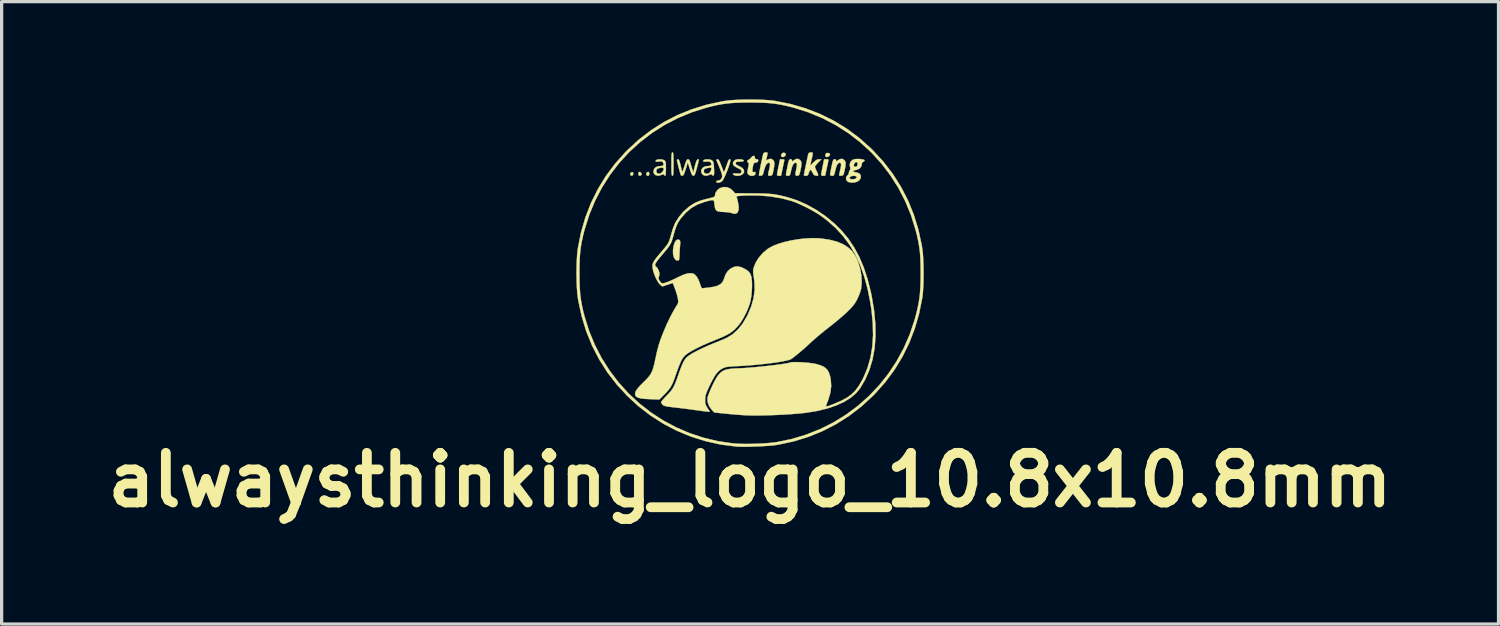
<source format=kicad_pcb>
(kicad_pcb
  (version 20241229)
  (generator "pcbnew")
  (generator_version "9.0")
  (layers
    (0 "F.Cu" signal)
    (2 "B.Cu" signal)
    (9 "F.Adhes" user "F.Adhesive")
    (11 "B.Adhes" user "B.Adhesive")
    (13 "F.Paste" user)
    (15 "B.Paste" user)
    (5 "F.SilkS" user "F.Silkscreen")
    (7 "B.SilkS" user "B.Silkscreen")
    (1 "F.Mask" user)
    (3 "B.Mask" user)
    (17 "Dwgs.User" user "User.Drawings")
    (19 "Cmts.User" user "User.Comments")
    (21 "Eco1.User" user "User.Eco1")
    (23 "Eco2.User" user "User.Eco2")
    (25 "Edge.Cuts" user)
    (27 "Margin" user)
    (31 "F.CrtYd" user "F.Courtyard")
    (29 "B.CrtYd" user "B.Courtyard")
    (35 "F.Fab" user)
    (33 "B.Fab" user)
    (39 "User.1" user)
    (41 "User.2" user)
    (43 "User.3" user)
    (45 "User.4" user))
  (footprint "alwaysthinking_logo_10.8x10.8mm"
    (layer "F.Cu")
    (at 19.964 5.329)
    (property "Reference" "alwaysthinking_logo_10.8x10.8mm" (at 0 6.35 0) (layer "F.SilkS") (effects (font (size 1.524 1.524) (thickness 0.3))))
    (attr through_hole)
    (fp_poly (pts (xy -3.606 -3.097) (xy -3.583 -3.07) (xy -3.584 -3.03) (xy -3.606 -2.997) (xy -3.625 -2.988) (xy -3.662 -2.998) (xy -3.675 -3.015) (xy -3.674 -3.057) (xy -3.649 -3.09) (xy -3.612 -3.099) (xy -3.606 -3.097)) (stroke (width 0.01) (type solid)) (fill yes) (layer "F.SilkS"))
    (fp_poly (pts (xy -3.374 -3.102) (xy -3.344 -3.075) (xy -3.328 -3.038) (xy -3.33 -3.018) (xy -3.359 -2.989) (xy -3.4 -2.989) (xy -3.415 -2.999) (xy -3.428 -3.035) (xy -3.422 -3.08) (xy -3.406 -3.102) (xy -3.374 -3.102)) (stroke (width 0.01) (type solid)) (fill yes) (layer "F.SilkS"))
    (fp_poly (pts (xy -3.114 -3.102) (xy -3.096 -3.072) (xy -3.09 -3.036) (xy -3.105 -2.996) (xy -3.138 -2.983) (xy -3.172 -3) (xy -3.184 -3.02) (xy -3.183 -3.059) (xy -3.16 -3.092) (xy -3.128 -3.106) (xy -3.114 -3.102)) (stroke (width 0.01) (type solid)) (fill yes) (layer "F.SilkS"))
    (fp_poly (pts (xy 1.07 -3.682) (xy 1.098 -3.648) (xy 1.089 -3.613) (xy 1.067 -3.589) (xy 1.019 -3.559) (xy 0.976 -3.563) (xy 0.967 -3.57) (xy 0.95 -3.61) (xy 0.964 -3.651) (xy 0.996 -3.683) (xy 1.038 -3.695) (xy 1.07 -3.682)) (stroke (width 0.01) (type solid)) (fill yes) (layer "F.SilkS"))
    (fp_poly (pts (xy 2.429 -3.675) (xy 2.454 -3.649) (xy 2.455 -3.641) (xy 2.439 -3.603) (xy 2.4 -3.572) (xy 2.355 -3.559) (xy 2.321 -3.57) (xy 2.307 -3.61) (xy 2.319 -3.655) (xy 2.344 -3.68) (xy 2.386 -3.688) (xy 2.429 -3.675)) (stroke (width 0.01) (type solid)) (fill yes) (layer "F.SilkS"))
    (fp_poly (pts (xy 2.391 -3.489) (xy 2.406 -3.473) (xy 2.403 -3.445) (xy 2.387 -3.372) (xy 2.368 -3.286) (xy 2.348 -3.196) (xy 2.331 -3.113) (xy 2.317 -3.045) (xy 2.308 -3.003) (xy 2.307 -2.995) (xy 2.289 -2.988) (xy 2.244 -2.985) (xy 2.244 -2.985) (xy 2.198 -2.992) (xy 2.18 -3.011) (xy 2.184 -3.042) (xy 2.195 -3.104) (xy 2.211 -3.188) (xy 2.227 -3.265) (xy 2.273 -3.493) (xy 2.344 -3.493) (xy 2.391 -3.489)) (stroke (width 0.01) (type solid)) (fill yes) (layer "F.SilkS"))
    (fp_poly (pts (xy 1.036 -3.489) (xy 1.052 -3.472) (xy 1.048 -3.445) (xy 1.037 -3.394) (xy 1.022 -3.322) (xy 1.004 -3.238) (xy 0.986 -3.153) (xy 0.97 -3.077) (xy 0.958 -3.019) (xy 0.953 -2.992) (xy 0.953 -2.991) (xy 0.934 -2.986) (xy 0.89 -2.985) (xy 0.889 -2.985) (xy 0.843 -2.992) (xy 0.825 -3.011) (xy 0.83 -3.042) (xy 0.841 -3.104) (xy 0.857 -3.188) (xy 0.873 -3.265) (xy 0.92 -3.493) (xy 0.99 -3.493) (xy 1.036 -3.489)) (stroke (width 0.01) (type solid)) (fill yes) (layer "F.SilkS"))
    (fp_poly (pts (xy -2.369 -3.699) (xy -2.361 -3.679) (xy -2.355 -3.638) (xy -2.352 -3.572) (xy -2.35 -3.475) (xy -2.349 -3.344) (xy -2.35 -3.211) (xy -2.352 -3.114) (xy -2.355 -3.049) (xy -2.361 -3.009) (xy -2.37 -2.99) (xy -2.381 -2.985) (xy -2.393 -2.99) (xy -2.402 -3.01) (xy -2.407 -3.05) (xy -2.411 -3.117) (xy -2.413 -3.214) (xy -2.413 -3.344) (xy -2.413 -3.478) (xy -2.411 -3.574) (xy -2.407 -3.64) (xy -2.401 -3.679) (xy -2.393 -3.699) (xy -2.381 -3.704) (xy -2.369 -3.699)) (stroke (width 0.01) (type solid)) (fill yes) (layer "F.SilkS"))
    (fp_poly (pts (xy -2.182 -1.024) (xy -2.166 -1.013) (xy -2.149 -0.991) (xy -2.142 -0.954) (xy -2.143 -0.893) (xy -2.148 -0.837) (xy -2.157 -0.731) (xy -2.164 -0.614) (xy -2.167 -0.54) (xy -2.17 -0.462) (xy -2.176 -0.416) (xy -2.189 -0.394) (xy -2.211 -0.386) (xy -2.215 -0.385) (xy -2.266 -0.394) (xy -2.292 -0.411) (xy -2.336 -0.482) (xy -2.362 -0.58) (xy -2.365 -0.696) (xy -2.363 -0.721) (xy -2.343 -0.841) (xy -2.313 -0.935) (xy -2.274 -0.999) (xy -2.229 -1.03) (xy -2.182 -1.024)) (stroke (width 0.01) (type solid)) (fill yes) (layer "F.SilkS"))
    (fp_poly (pts (xy -0.269 -3.487) (xy -0.216 -3.473) (xy -0.192 -3.453) (xy -0.198 -3.436) (xy -0.227 -3.426) (xy -0.283 -3.42) (xy -0.324 -3.419) (xy -0.39 -3.416) (xy -0.424 -3.407) (xy -0.438 -3.386) (xy -0.44 -3.374) (xy -0.436 -3.344) (xy -0.408 -3.317) (xy -0.348 -3.287) (xy -0.34 -3.283) (xy -0.246 -3.232) (xy -0.193 -3.175) (xy -0.182 -3.112) (xy -0.19 -3.082) (xy -0.229 -3.032) (xy -0.295 -2.998) (xy -0.374 -2.983) (xy -0.452 -2.991) (xy -0.492 -3.007) (xy -0.527 -3.035) (xy -0.522 -3.053) (xy -0.481 -3.06) (xy -0.417 -3.056) (xy -0.345 -3.051) (xy -0.302 -3.058) (xy -0.277 -3.077) (xy -0.259 -3.122) (xy -0.28 -3.165) (xy -0.343 -3.207) (xy -0.369 -3.219) (xy -0.463 -3.269) (xy -0.516 -3.319) (xy -0.528 -3.372) (xy -0.501 -3.428) (xy -0.486 -3.446) (xy -0.442 -3.478) (xy -0.381 -3.491) (xy -0.343 -3.492) (xy -0.269 -3.487)) (stroke (width 0.01) (type solid)) (fill yes) (layer "F.SilkS"))
    (fp_poly (pts (xy 0.14 -3.582) (xy 0.148 -3.545) (xy 0.157 -3.506) (xy 0.19 -3.493) (xy 0.203 -3.493) (xy 0.242 -3.486) (xy 0.252 -3.458) (xy 0.25 -3.445) (xy 0.233 -3.408) (xy 0.189 -3.392) (xy 0.177 -3.391) (xy 0.14 -3.384) (xy 0.117 -3.367) (xy 0.101 -3.328) (xy 0.085 -3.261) (xy 0.071 -3.172) (xy 0.074 -3.119) (xy 0.096 -3.098) (xy 0.129 -3.101) (xy 0.159 -3.103) (xy 0.169 -3.074) (xy 0.169 -3.062) (xy 0.152 -3.017) (xy 0.108 -2.99) (xy 0.049 -2.982) (xy -0.01 -2.996) (xy -0.053 -3.027) (xy -0.071 -3.051) (xy -0.08 -3.078) (xy -0.078 -3.12) (xy -0.067 -3.187) (xy -0.059 -3.228) (xy -0.044 -3.309) (xy -0.039 -3.358) (xy -0.043 -3.381) (xy -0.056 -3.387) (xy -0.079 -3.404) (xy -0.085 -3.429) (xy -0.072 -3.463) (xy -0.054 -3.471) (xy -0.021 -3.487) (xy 0.018 -3.526) (xy 0.025 -3.535) (xy 0.071 -3.582) (xy 0.112 -3.598) (xy 0.14 -3.582)) (stroke (width 0.01) (type solid)) (fill yes) (layer "F.SilkS"))
    (fp_poly (pts (xy -0.983 -3.489) (xy -0.966 -3.475) (xy -0.947 -3.446) (xy -0.923 -3.395) (xy -0.891 -3.318) (xy -0.849 -3.21) (xy -0.824 -3.143) (xy -0.813 -3.116) (xy -0.803 -3.107) (xy -0.79 -3.121) (xy -0.771 -3.164) (xy -0.743 -3.239) (xy -0.729 -3.278) (xy -0.695 -3.374) (xy -0.671 -3.437) (xy -0.653 -3.473) (xy -0.638 -3.489) (xy -0.623 -3.492) (xy -0.607 -3.489) (xy -0.601 -3.468) (xy -0.61 -3.416) (xy -0.631 -3.341) (xy -0.661 -3.251) (xy -0.697 -3.152) (xy -0.737 -3.054) (xy -0.777 -2.964) (xy -0.814 -2.888) (xy -0.846 -2.836) (xy -0.859 -2.82) (xy -0.909 -2.79) (xy -0.963 -2.774) (xy -1.01 -2.776) (xy -1.035 -2.795) (xy -1.037 -2.805) (xy -1.019 -2.83) (xy -0.986 -2.836) (xy -0.931 -2.85) (xy -0.901 -2.87) (xy -0.87 -2.91) (xy -0.856 -2.957) (xy -0.86 -3.018) (xy -0.883 -3.1) (xy -0.926 -3.211) (xy -0.931 -3.224) (xy -0.968 -3.314) (xy -1 -3.39) (xy -1.023 -3.445) (xy -1.031 -3.466) (xy -1.023 -3.488) (xy -1 -3.493) (xy -0.983 -3.489)) (stroke (width 0.01) (type solid)) (fill yes) (layer "F.SilkS"))
    (fp_poly (pts (xy 1.49 -3.498) (xy 1.513 -3.484) (xy 1.551 -3.451) (xy 1.573 -3.407) (xy 1.578 -3.346) (xy 1.568 -3.259) (xy 1.551 -3.175) (xy 1.532 -3.087) (xy 1.515 -3.033) (xy 1.498 -3.003) (xy 1.476 -2.991) (xy 1.463 -2.988) (xy 1.418 -2.988) (xy 1.395 -3.009) (xy 1.392 -3.056) (xy 1.407 -3.136) (xy 1.409 -3.143) (xy 1.431 -3.252) (xy 1.439 -3.326) (xy 1.431 -3.369) (xy 1.407 -3.386) (xy 1.398 -3.387) (xy 1.354 -3.371) (xy 1.316 -3.322) (xy 1.283 -3.237) (xy 1.258 -3.139) (xy 1.239 -3.06) (xy 1.224 -3.014) (xy 1.206 -2.992) (xy 1.181 -2.985) (xy 1.162 -2.985) (xy 1.117 -2.992) (xy 1.101 -3.011) (xy 1.105 -3.042) (xy 1.115 -3.104) (xy 1.132 -3.188) (xy 1.147 -3.265) (xy 1.168 -3.365) (xy 1.185 -3.431) (xy 1.2 -3.469) (xy 1.216 -3.487) (xy 1.236 -3.492) (xy 1.243 -3.493) (xy 1.281 -3.481) (xy 1.292 -3.445) (xy 1.295 -3.414) (xy 1.306 -3.421) (xy 1.312 -3.432) (xy 1.346 -3.464) (xy 1.396 -3.492) (xy 1.448 -3.507) (xy 1.49 -3.498)) (stroke (width 0.01) (type solid)) (fill yes) (layer "F.SilkS"))
    (fp_poly (pts (xy 2.845 -3.498) (xy 2.868 -3.484) (xy 2.906 -3.451) (xy 2.927 -3.408) (xy 2.932 -3.346) (xy 2.922 -3.259) (xy 2.906 -3.175) (xy 2.887 -3.089) (xy 2.872 -3.035) (xy 2.856 -3.006) (xy 2.834 -2.994) (xy 2.802 -2.989) (xy 2.799 -2.988) (xy 2.761 -2.986) (xy 2.74 -2.991) (xy 2.735 -3.014) (xy 2.743 -3.062) (xy 2.762 -3.143) (xy 2.762 -3.143) (xy 2.785 -3.252) (xy 2.793 -3.326) (xy 2.785 -3.369) (xy 2.762 -3.386) (xy 2.753 -3.387) (xy 2.709 -3.371) (xy 2.671 -3.322) (xy 2.638 -3.237) (xy 2.613 -3.139) (xy 2.594 -3.06) (xy 2.579 -3.014) (xy 2.561 -2.992) (xy 2.536 -2.985) (xy 2.517 -2.985) (xy 2.469 -2.993) (xy 2.455 -3.019) (xy 2.46 -3.054) (xy 2.471 -3.119) (xy 2.487 -3.205) (xy 2.501 -3.273) (xy 2.523 -3.371) (xy 2.539 -3.435) (xy 2.554 -3.471) (xy 2.571 -3.488) (xy 2.592 -3.492) (xy 2.597 -3.493) (xy 2.636 -3.482) (xy 2.646 -3.445) (xy 2.65 -3.414) (xy 2.661 -3.421) (xy 2.667 -3.432) (xy 2.7 -3.464) (xy 2.751 -3.492) (xy 2.803 -3.507) (xy 2.845 -3.498)) (stroke (width 0.01) (type solid)) (fill yes) (layer "F.SilkS"))
    (fp_poly (pts (xy 1.898 -3.703) (xy 1.923 -3.687) (xy 1.926 -3.678) (xy 1.921 -3.646) (xy 1.909 -3.584) (xy 1.892 -3.504) (xy 1.885 -3.474) (xy 1.845 -3.296) (xy 1.944 -3.394) (xy 2.007 -3.451) (xy 2.057 -3.482) (xy 2.105 -3.492) (xy 2.117 -3.493) (xy 2.189 -3.493) (xy 2.089 -3.391) (xy 2.039 -3.336) (xy 2.003 -3.29) (xy 1.99 -3.263) (xy 1.999 -3.229) (xy 2.021 -3.175) (xy 2.029 -3.158) (xy 2.059 -3.095) (xy 2.081 -3.039) (xy 2.084 -3.031) (xy 2.09 -2.998) (xy 2.074 -2.986) (xy 2.029 -2.988) (xy 1.981 -2.999) (xy 1.948 -3.027) (xy 1.917 -3.084) (xy 1.916 -3.085) (xy 1.887 -3.137) (xy 1.862 -3.166) (xy 1.853 -3.168) (xy 1.833 -3.146) (xy 1.811 -3.096) (xy 1.802 -3.073) (xy 1.781 -3.017) (xy 1.756 -2.991) (xy 1.716 -2.985) (xy 1.712 -2.985) (xy 1.669 -2.99) (xy 1.651 -3.002) (xy 1.655 -3.029) (xy 1.667 -3.088) (xy 1.683 -3.171) (xy 1.703 -3.268) (xy 1.725 -3.371) (xy 1.746 -3.472) (xy 1.766 -3.56) (xy 1.781 -3.628) (xy 1.79 -3.665) (xy 1.791 -3.667) (xy 1.814 -3.691) (xy 1.856 -3.704) (xy 1.898 -3.703)) (stroke (width 0.01) (type solid)) (fill yes) (layer "F.SilkS"))
    (fp_poly (pts (xy -2.703 -3.486) (xy -2.644 -3.468) (xy -2.629 -3.46) (xy -2.608 -3.442) (xy -2.595 -3.417) (xy -2.587 -3.378) (xy -2.583 -3.316) (xy -2.582 -3.22) (xy -2.582 -3.206) (xy -2.584 -3.1) (xy -2.59 -3.026) (xy -2.599 -2.989) (xy -2.604 -2.985) (xy -2.63 -3.001) (xy -2.638 -3.016) (xy -2.651 -3.035) (xy -2.676 -3.032) (xy -2.71 -3.016) (xy -2.801 -2.987) (xy -2.883 -2.999) (xy -2.916 -3.017) (xy -2.954 -3.065) (xy -2.963 -3.122) (xy -2.961 -3.132) (xy -2.879 -3.132) (xy -2.863 -3.079) (xy -2.823 -3.051) (xy -2.77 -3.05) (xy -2.715 -3.078) (xy -2.69 -3.104) (xy -2.651 -3.168) (xy -2.649 -3.212) (xy -2.68 -3.235) (xy -2.743 -3.234) (xy -2.812 -3.215) (xy -2.86 -3.191) (xy -2.877 -3.154) (xy -2.879 -3.132) (xy -2.961 -3.132) (xy -2.944 -3.194) (xy -2.892 -3.249) (xy -2.815 -3.278) (xy -2.775 -3.281) (xy -2.698 -3.288) (xy -2.659 -3.309) (xy -2.653 -3.348) (xy -2.664 -3.377) (xy -2.683 -3.411) (xy -2.707 -3.426) (xy -2.752 -3.427) (xy -2.795 -3.422) (xy -2.86 -3.417) (xy -2.893 -3.424) (xy -2.9 -3.438) (xy -2.881 -3.466) (xy -2.834 -3.484) (xy -2.77 -3.491) (xy -2.703 -3.486)) (stroke (width 0.01) (type solid)) (fill yes) (layer "F.SilkS"))
    (fp_poly (pts (xy -1.243 -3.486) (xy -1.184 -3.467) (xy -1.164 -3.454) (xy -1.141 -3.431) (xy -1.126 -3.399) (xy -1.116 -3.349) (xy -1.109 -3.272) (xy -1.106 -3.214) (xy -1.102 -3.11) (xy -1.104 -3.043) (xy -1.113 -3.006) (xy -1.122 -2.995) (xy -1.153 -2.996) (xy -1.167 -3.012) (xy -1.185 -3.033) (xy -1.213 -3.03) (xy -1.244 -3.015) (xy -1.329 -2.988) (xy -1.407 -2.994) (xy -1.46 -3.027) (xy -1.497 -3.088) (xy -1.498 -3.133) (xy -1.418 -3.133) (xy -1.41 -3.086) (xy -1.392 -3.062) (xy -1.335 -3.051) (xy -1.278 -3.055) (xy -1.257 -3.064) (xy -1.223 -3.103) (xy -1.195 -3.159) (xy -1.185 -3.205) (xy -1.198 -3.231) (xy -1.239 -3.237) (xy -1.312 -3.223) (xy -1.339 -3.216) (xy -1.391 -3.197) (xy -1.414 -3.171) (xy -1.418 -3.133) (xy -1.498 -3.133) (xy -1.499 -3.153) (xy -1.47 -3.213) (xy -1.415 -3.258) (xy -1.34 -3.28) (xy -1.322 -3.281) (xy -1.241 -3.288) (xy -1.197 -3.311) (xy -1.185 -3.344) (xy -1.203 -3.395) (xy -1.253 -3.421) (xy -1.336 -3.423) (xy -1.344 -3.422) (xy -1.406 -3.416) (xy -1.434 -3.424) (xy -1.439 -3.438) (xy -1.421 -3.467) (xy -1.374 -3.485) (xy -1.31 -3.491) (xy -1.243 -3.486)) (stroke (width 0.01) (type solid)) (fill yes) (layer "F.SilkS"))
    (fp_poly (pts (xy 0.525 -3.698) (xy 0.534 -3.692) (xy 0.536 -3.667) (xy 0.527 -3.614) (xy 0.517 -3.571) (xy 0.5 -3.509) (xy 0.49 -3.468) (xy 0.487 -3.457) (xy 0.503 -3.463) (xy 0.544 -3.482) (xy 0.552 -3.486) (xy 0.61 -3.507) (xy 0.658 -3.5) (xy 0.669 -3.495) (xy 0.714 -3.465) (xy 0.739 -3.419) (xy 0.747 -3.352) (xy 0.737 -3.256) (xy 0.723 -3.181) (xy 0.705 -3.093) (xy 0.691 -3.038) (xy 0.675 -3.008) (xy 0.655 -2.994) (xy 0.624 -2.989) (xy 0.618 -2.988) (xy 0.581 -2.987) (xy 0.56 -2.995) (xy 0.554 -3.021) (xy 0.561 -3.072) (xy 0.581 -3.157) (xy 0.583 -3.164) (xy 0.605 -3.265) (xy 0.613 -3.331) (xy 0.606 -3.369) (xy 0.586 -3.385) (xy 0.572 -3.387) (xy 0.525 -3.367) (xy 0.483 -3.308) (xy 0.445 -3.208) (xy 0.426 -3.138) (xy 0.406 -3.062) (xy 0.388 -3.018) (xy 0.367 -2.996) (xy 0.338 -2.989) (xy 0.293 -2.988) (xy 0.273 -2.994) (xy 0.274 -3.017) (xy 0.282 -3.072) (xy 0.296 -3.152) (xy 0.315 -3.248) (xy 0.335 -3.351) (xy 0.357 -3.453) (xy 0.377 -3.545) (xy 0.395 -3.619) (xy 0.408 -3.666) (xy 0.41 -3.673) (xy 0.437 -3.695) (xy 0.483 -3.705) (xy 0.525 -3.698)) (stroke (width 0.01) (type solid)) (fill yes) (layer "F.SilkS"))
    (fp_poly (pts (xy -1.575 -3.487) (xy -1.576 -3.463) (xy -1.586 -3.407) (xy -1.605 -3.327) (xy -1.631 -3.232) (xy -1.631 -3.229) (xy -1.661 -3.124) (xy -1.683 -3.055) (xy -1.701 -3.013) (xy -1.718 -2.993) (xy -1.736 -2.988) (xy -1.743 -2.989) (xy -1.766 -2.999) (xy -1.788 -3.029) (xy -1.811 -3.084) (xy -1.841 -3.172) (xy -1.848 -3.196) (xy -1.91 -3.396) (xy -1.974 -3.19) (xy -2.007 -3.093) (xy -2.032 -3.031) (xy -2.054 -2.997) (xy -2.075 -2.985) (xy -2.079 -2.985) (xy -2.116 -2.997) (xy -2.127 -3.011) (xy -2.141 -3.058) (xy -2.161 -3.129) (xy -2.183 -3.213) (xy -2.205 -3.3) (xy -2.225 -3.378) (xy -2.238 -3.437) (xy -2.244 -3.466) (xy -2.244 -3.466) (xy -2.227 -3.49) (xy -2.213 -3.493) (xy -2.195 -3.485) (xy -2.178 -3.459) (xy -2.16 -3.408) (xy -2.137 -3.327) (xy -2.112 -3.223) (xy -2.096 -3.161) (xy -2.081 -3.121) (xy -2.075 -3.112) (xy -2.064 -3.131) (xy -2.045 -3.181) (xy -2.02 -3.255) (xy -2.005 -3.302) (xy -1.975 -3.394) (xy -1.951 -3.452) (xy -1.93 -3.483) (xy -1.908 -3.492) (xy -1.905 -3.493) (xy -1.871 -3.477) (xy -1.847 -3.428) (xy -1.842 -3.413) (xy -1.823 -3.348) (xy -1.798 -3.264) (xy -1.781 -3.209) (xy -1.742 -3.084) (xy -1.694 -3.28) (xy -1.661 -3.393) (xy -1.63 -3.465) (xy -1.6 -3.495) (xy -1.575 -3.487)) (stroke (width 0.01) (type solid)) (fill yes) (layer "F.SilkS"))
    (fp_poly (pts (xy 3.401 -3.497) (xy 3.465 -3.486) (xy 3.505 -3.469) (xy 3.514 -3.456) (xy 3.496 -3.426) (xy 3.471 -3.414) (xy 3.437 -3.388) (xy 3.429 -3.345) (xy 3.41 -3.266) (xy 3.356 -3.205) (xy 3.273 -3.168) (xy 3.248 -3.163) (xy 3.18 -3.149) (xy 3.153 -3.133) (xy 3.168 -3.116) (xy 3.225 -3.096) (xy 3.298 -3.079) (xy 3.361 -3.05) (xy 3.395 -3) (xy 3.4 -2.94) (xy 3.376 -2.878) (xy 3.323 -2.824) (xy 3.292 -2.806) (xy 3.2 -2.779) (xy 3.101 -2.776) (xy 3.014 -2.796) (xy 3.006 -2.8) (xy 2.96 -2.844) (xy 2.944 -2.903) (xy 2.948 -2.918) (xy 3.052 -2.918) (xy 3.058 -2.901) (xy 3.089 -2.884) (xy 3.143 -2.879) (xy 3.202 -2.885) (xy 3.248 -2.901) (xy 3.259 -2.909) (xy 3.275 -2.948) (xy 3.252 -2.973) (xy 3.193 -2.984) (xy 3.176 -2.985) (xy 3.113 -2.975) (xy 3.068 -2.951) (xy 3.052 -2.918) (xy 2.948 -2.918) (xy 2.96 -2.964) (xy 2.989 -2.998) (xy 3.024 -3.04) (xy 3.031 -3.076) (xy 3.038 -3.121) (xy 3.057 -3.152) (xy 3.078 -3.188) (xy 3.074 -3.234) (xy 3.068 -3.254) (xy 3.062 -3.302) (xy 3.181 -3.302) (xy 3.187 -3.279) (xy 3.219 -3.261) (xy 3.26 -3.266) (xy 3.289 -3.292) (xy 3.289 -3.293) (xy 3.303 -3.356) (xy 3.289 -3.396) (xy 3.259 -3.408) (xy 3.223 -3.39) (xy 3.193 -3.348) (xy 3.181 -3.302) (xy 3.062 -3.302) (xy 3.058 -3.337) (xy 3.083 -3.412) (xy 3.137 -3.468) (xy 3.183 -3.489) (xy 3.249 -3.5) (xy 3.325 -3.502) (xy 3.401 -3.497)) (stroke (width 0.01) (type solid)) (fill yes) (layer "F.SilkS"))
    (fp_poly (pts (xy 2.108 -1.068) (xy 2.188 -1.061) (xy 2.443 -1.022) (xy 2.662 -0.966) (xy 2.847 -0.89) (xy 3.001 -0.794) (xy 3.128 -0.676) (xy 3.229 -0.532) (xy 3.309 -0.363) (xy 3.31 -0.359) (xy 3.377 -0.14) (xy 3.417 0.079) (xy 3.427 0.289) (xy 3.408 0.48) (xy 3.406 0.491) (xy 3.386 0.563) (xy 3.352 0.656) (xy 3.311 0.752) (xy 3.298 0.78) (xy 3.256 0.863) (xy 3.211 0.935) (xy 3.157 1.005) (xy 3.085 1.085) (xy 3.009 1.162) (xy 2.927 1.24) (xy 2.82 1.335) (xy 2.698 1.439) (xy 2.569 1.545) (xy 2.443 1.645) (xy 2.434 1.652) (xy 2.307 1.751) (xy 2.175 1.859) (xy 2.048 1.965) (xy 1.935 2.064) (xy 1.845 2.145) (xy 1.842 2.149) (xy 1.676 2.301) (xy 1.513 2.442) (xy 1.362 2.564) (xy 1.259 2.64) (xy 1.209 2.661) (xy 1.123 2.684) (xy 1.004 2.708) (xy 0.859 2.733) (xy 0.691 2.757) (xy 0.507 2.78) (xy 0.311 2.802) (xy 0.109 2.821) (xy -0.096 2.838) (xy -0.296 2.85) (xy -0.372 2.854) (xy -0.51 2.861) (xy -0.614 2.869) (xy -0.691 2.877) (xy -0.749 2.888) (xy -0.795 2.903) (xy -0.829 2.917) (xy -0.912 2.966) (xy -0.984 3.027) (xy -1.052 3.109) (xy -1.12 3.218) (xy -1.195 3.36) (xy -1.259 3.492) (xy -1.306 3.595) (xy -1.339 3.674) (xy -1.36 3.738) (xy -1.371 3.793) (xy -1.377 3.844) (xy -1.379 3.94) (xy -1.371 4.011) (xy -1.347 4.074) (xy -1.304 4.145) (xy -1.303 4.147) (xy -1.231 4.255) (xy -1.287 4.251) (xy -1.353 4.246) (xy -1.408 4.24) (xy -1.451 4.234) (xy -1.527 4.224) (xy -1.626 4.21) (xy -1.738 4.195) (xy -1.778 4.189) (xy -1.919 4.17) (xy -2.076 4.15) (xy -2.23 4.132) (xy -2.358 4.117) (xy -2.476 4.103) (xy -2.559 4.09) (xy -2.616 4.076) (xy -2.654 4.06) (xy -2.681 4.04) (xy -2.716 3.998) (xy -2.73 3.964) (xy -2.731 3.963) (xy -2.716 3.937) (xy -2.678 3.888) (xy -2.622 3.825) (xy -2.57 3.771) (xy -2.489 3.688) (xy -2.427 3.615) (xy -2.376 3.544) (xy -2.332 3.464) (xy -2.289 3.367) (xy -2.243 3.244) (xy -2.212 3.157) (xy -2.156 2.998) (xy -2.11 2.874) (xy -2.069 2.778) (xy -2.033 2.705) (xy -1.998 2.649) (xy -1.961 2.603) (xy -1.937 2.579) (xy -1.866 2.523) (xy -1.761 2.457) (xy -1.625 2.383) (xy -1.466 2.305) (xy -1.287 2.225) (xy -1.101 2.148) (xy -0.987 2.103) (xy -0.881 2.059) (xy -0.791 2.021) (xy -0.727 1.993) (xy -0.709 1.984) (xy -0.531 1.874) (xy -0.37 1.728) (xy -0.226 1.546) (xy -0.096 1.325) (xy -0.073 1.281) (xy 0.038 1.017) (xy 0.109 0.761) (xy 0.141 0.51) (xy 0.133 0.259) (xy 0.117 0.144) (xy 0.101 0.038) (xy 0.094 -0.039) (xy 0.096 -0.099) (xy 0.107 -0.152) (xy 0.169 -0.314) (xy 0.268 -0.473) (xy 0.395 -0.619) (xy 0.546 -0.745) (xy 0.562 -0.756) (xy 0.692 -0.828) (xy 0.856 -0.894) (xy 1.045 -0.952) (xy 1.254 -1) (xy 1.472 -1.037) (xy 1.692 -1.062) (xy 1.907 -1.072) (xy 2.108 -1.068)) (stroke (width 0.01) (type solid)) (fill yes) (layer "F.SilkS"))
    (fp_poly (pts (xy 0.172 -5.323) (xy 0.375 -5.317) (xy 0.559 -5.306) (xy 0.714 -5.29) (xy 0.762 -5.283) (xy 1.244 -5.187) (xy 1.705 -5.053) (xy 2.146 -4.883) (xy 2.567 -4.675) (xy 2.967 -4.431) (xy 3.346 -4.15) (xy 3.703 -3.832) (xy 3.768 -3.768) (xy 4.093 -3.415) (xy 4.381 -3.04) (xy 4.632 -2.644) (xy 4.847 -2.227) (xy 5.024 -1.79) (xy 5.165 -1.332) (xy 5.268 -0.855) (xy 5.283 -0.762) (xy 5.301 -0.619) (xy 5.313 -0.444) (xy 5.321 -0.247) (xy 5.324 -0.038) (xy 5.323 0.172) (xy 5.317 0.375) (xy 5.306 0.559) (xy 5.29 0.714) (xy 5.283 0.762) (xy 5.187 1.244) (xy 5.053 1.705) (xy 4.883 2.146) (xy 4.675 2.567) (xy 4.431 2.967) (xy 4.15 3.346) (xy 3.832 3.703) (xy 3.768 3.768) (xy 3.415 4.093) (xy 3.039 4.381) (xy 2.643 4.633) (xy 2.227 4.847) (xy 1.791 5.024) (xy 1.336 5.164) (xy 0.863 5.265) (xy 0.815 5.273) (xy 0.71 5.287) (xy 0.572 5.299) (xy 0.413 5.309) (xy 0.241 5.318) (xy 0.067 5.324) (xy -0.1 5.328) (xy -0.249 5.328) (xy -0.372 5.325) (xy -0.423 5.321) (xy -0.899 5.26) (xy -1.362 5.158) (xy -1.811 5.017) (xy -2.245 4.838) (xy -2.661 4.621) (xy -3.056 4.368) (xy -3.431 4.079) (xy -3.768 3.768) (xy -4.093 3.415) (xy -4.381 3.04) (xy -4.632 2.644) (xy -4.847 2.227) (xy -5.024 1.79) (xy -5.165 1.332) (xy -5.268 0.855) (xy -5.283 0.762) (xy -5.301 0.619) (xy -5.313 0.444) (xy -5.321 0.247) (xy -5.324 0.038) (xy -5.324 0) (xy -5.235 0) (xy -5.233 0.239) (xy -5.226 0.446) (xy -5.213 0.63) (xy -5.192 0.802) (xy -5.163 0.971) (xy -5.125 1.148) (xy -5.08 1.324) (xy -4.94 1.773) (xy -4.763 2.202) (xy -4.553 2.609) (xy -4.309 2.994) (xy -4.036 3.354) (xy -3.733 3.688) (xy -3.404 3.994) (xy -3.05 4.272) (xy -2.673 4.518) (xy -2.275 4.731) (xy -1.858 4.91) (xy -1.424 5.054) (xy -0.975 5.16) (xy -0.512 5.227) (xy -0.487 5.229) (xy -0.342 5.238) (xy -0.167 5.242) (xy 0.028 5.241) (xy 0.23 5.235) (xy 0.428 5.225) (xy 0.612 5.211) (xy 0.768 5.193) (xy 0.815 5.187) (xy 1.276 5.092) (xy 1.722 4.958) (xy 2.149 4.788) (xy 2.557 4.584) (xy 2.944 4.345) (xy 3.307 4.076) (xy 3.646 3.776) (xy 3.957 3.448) (xy 4.24 3.093) (xy 4.493 2.712) (xy 4.713 2.309) (xy 4.899 1.884) (xy 5.049 1.438) (xy 5.08 1.324) (xy 5.128 1.132) (xy 5.166 0.957) (xy 5.194 0.787) (xy 5.214 0.615) (xy 5.227 0.429) (xy 5.233 0.22) (xy 5.235 0) (xy 5.233 -0.239) (xy 5.226 -0.446) (xy 5.213 -0.63) (xy 5.192 -0.802) (xy 5.163 -0.971) (xy 5.125 -1.148) (xy 5.08 -1.324) (xy 4.939 -1.776) (xy 4.761 -2.208) (xy 4.548 -2.619) (xy 4.302 -3.006) (xy 4.024 -3.369) (xy 3.717 -3.706) (xy 3.381 -4.014) (xy 3.019 -4.293) (xy 2.632 -4.54) (xy 2.222 -4.754) (xy 1.791 -4.933) (xy 1.34 -5.076) (xy 1.324 -5.08) (xy 1.132 -5.128) (xy 0.957 -5.166) (xy 0.787 -5.194) (xy 0.615 -5.214) (xy 0.429 -5.227) (xy 0.22 -5.233) (xy 0 -5.235) (xy -0.239 -5.233) (xy -0.446 -5.226) (xy -0.63 -5.213) (xy -0.802 -5.192) (xy -0.971 -5.163) (xy -1.148 -5.125) (xy -1.324 -5.08) (xy -1.776 -4.939) (xy -2.208 -4.761) (xy -2.619 -4.548) (xy -3.006 -4.302) (xy -3.369 -4.024) (xy -3.706 -3.717) (xy -4.014 -3.381) (xy -4.293 -3.019) (xy -4.54 -2.632) (xy -4.754 -2.222) (xy -4.933 -1.791) (xy -5.076 -1.34) (xy -5.08 -1.324) (xy -5.128 -1.132) (xy -5.166 -0.957) (xy -5.194 -0.787) (xy -5.214 -0.615) (xy -5.227 -0.429) (xy -5.233 -0.22) (xy -5.235 0) (xy -5.324 0) (xy -5.323 -0.172) (xy -5.317 -0.375) (xy -5.306 -0.559) (xy -5.29 -0.714) (xy -5.283 -0.762) (xy -5.187 -1.244) (xy -5.053 -1.705) (xy -4.883 -2.146) (xy -4.675 -2.567) (xy -4.431 -2.967) (xy -4.15 -3.346) (xy -3.832 -3.703) (xy -3.768 -3.768) (xy -3.415 -4.093) (xy -3.04 -4.381) (xy -2.644 -4.632) (xy -2.227 -4.847) (xy -1.79 -5.024) (xy -1.332 -5.165) (xy -0.855 -5.268) (xy -0.762 -5.283) (xy -0.619 -5.301) (xy -0.444 -5.313) (xy -0.247 -5.321) (xy -0.038 -5.324) (xy 0.172 -5.323)) (stroke (width 0.01) (type solid)) (fill yes) (layer "F.SilkS"))
    (fp_poly (pts (xy -0.707 -2.635) (xy -0.603 -2.59) (xy -0.517 -2.513) (xy -0.464 -2.45) (xy 0.08 -2.446) (xy 0.269 -2.444) (xy 0.424 -2.44) (xy 0.554 -2.434) (xy 0.667 -2.424) (xy 0.772 -2.411) (xy 0.878 -2.391) (xy 0.992 -2.366) (xy 1.124 -2.333) (xy 1.139 -2.329) (xy 1.44 -2.233) (xy 1.742 -2.1) (xy 2.039 -1.934) (xy 2.324 -1.739) (xy 2.59 -1.519) (xy 2.803 -1.308) (xy 3.01 -1.061) (xy 3.193 -0.79) (xy 3.353 -0.492) (xy 3.491 -0.165) (xy 3.609 0.195) (xy 3.708 0.59) (xy 3.732 0.709) (xy 3.805 1.146) (xy 3.844 1.558) (xy 3.849 1.947) (xy 3.821 2.312) (xy 3.757 2.654) (xy 3.66 2.975) (xy 3.528 3.275) (xy 3.377 3.534) (xy 3.25 3.688) (xy 3.084 3.828) (xy 2.882 3.953) (xy 2.645 4.061) (xy 2.375 4.153) (xy 2.074 4.227) (xy 1.743 4.282) (xy 1.63 4.296) (xy 1.43 4.315) (xy 1.208 4.332) (xy 0.97 4.346) (xy 0.727 4.357) (xy 0.486 4.365) (xy 0.257 4.368) (xy 0.049 4.368) (xy -0.13 4.363) (xy -0.201 4.359) (xy -0.344 4.349) (xy -0.509 4.336) (xy -0.672 4.321) (xy -0.798 4.309) (xy -1.099 4.277) (xy -1.173 4.197) (xy -1.255 4.085) (xy -1.301 3.965) (xy -1.308 3.845) (xy -1.292 3.779) (xy -1.259 3.686) (xy -1.214 3.577) (xy -1.16 3.459) (xy -1.104 3.344) (xy -1.048 3.241) (xy -0.998 3.16) (xy -0.968 3.121) (xy -0.912 3.062) (xy -0.856 3.016) (xy -0.793 2.982) (xy -0.717 2.957) (xy -0.621 2.94) (xy -0.499 2.929) (xy -0.342 2.921) (xy -0.294 2.919) (xy -0.176 2.913) (xy -0.035 2.903) (xy 0.121 2.89) (xy 0.286 2.874) (xy 0.455 2.857) (xy 0.621 2.838) (xy 0.779 2.82) (xy 0.922 2.801) (xy 1.045 2.783) (xy 1.14 2.767) (xy 1.203 2.753) (xy 1.222 2.747) (xy 1.269 2.736) (xy 1.349 2.731) (xy 1.453 2.732) (xy 1.573 2.736) (xy 1.699 2.745) (xy 1.823 2.757) (xy 1.935 2.772) (xy 2.027 2.79) (xy 2.042 2.793) (xy 2.184 2.838) (xy 2.29 2.892) (xy 2.367 2.962) (xy 2.422 3.057) (xy 2.46 3.181) (xy 2.478 3.275) (xy 2.49 3.471) (xy 2.462 3.681) (xy 2.395 3.903) (xy 2.384 3.931) (xy 2.354 4.004) (xy 2.336 4.054) (xy 2.333 4.083) (xy 2.351 4.092) (xy 2.394 4.082) (xy 2.467 4.056) (xy 2.573 4.014) (xy 2.612 3.998) (xy 2.811 3.912) (xy 2.976 3.822) (xy 3.113 3.722) (xy 3.231 3.605) (xy 3.336 3.463) (xy 3.436 3.291) (xy 3.484 3.196) (xy 3.606 2.904) (xy 3.695 2.592) (xy 3.751 2.258) (xy 3.774 1.902) (xy 3.765 1.522) (xy 3.724 1.116) (xy 3.692 0.912) (xy 3.608 0.491) (xy 3.504 0.106) (xy 3.378 -0.247) (xy 3.229 -0.569) (xy 3.055 -0.864) (xy 2.855 -1.135) (xy 2.627 -1.383) (xy 2.37 -1.611) (xy 2.191 -1.747) (xy 2.063 -1.832) (xy 1.909 -1.922) (xy 1.741 -2.011) (xy 1.572 -2.093) (xy 1.413 -2.163) (xy 1.281 -2.212) (xy 0.959 -2.296) (xy 0.614 -2.354) (xy 0.255 -2.382) (xy -0.108 -2.381) (xy -0.123 -2.381) (xy -0.242 -2.375) (xy -0.325 -2.369) (xy -0.377 -2.362) (xy -0.405 -2.354) (xy -0.415 -2.343) (xy -0.413 -2.331) (xy -0.401 -2.294) (xy -0.384 -2.229) (xy -0.366 -2.152) (xy -0.348 -2.027) (xy -0.353 -1.93) (xy -0.382 -1.861) (xy -0.431 -1.824) (xy -0.5 -1.822) (xy -0.55 -1.838) (xy -0.61 -1.855) (xy -0.696 -1.868) (xy -0.783 -1.874) (xy -0.899 -1.879) (xy -0.979 -1.892) (xy -1.032 -1.918) (xy -1.064 -1.964) (xy -1.083 -2.035) (xy -1.093 -2.116) (xy -1.1 -2.175) (xy -1.11 -2.214) (xy -1.129 -2.235) (xy -1.166 -2.239) (xy -1.227 -2.229) (xy -1.318 -2.205) (xy -1.376 -2.19) (xy -1.6 -2.111) (xy -1.799 -1.999) (xy -1.975 -1.852) (xy -2.131 -1.669) (xy -2.169 -1.615) (xy -2.213 -1.542) (xy -2.251 -1.465) (xy -2.286 -1.373) (xy -2.323 -1.254) (xy -2.34 -1.192) (xy -2.37 -1.087) (xy -2.395 -1.005) (xy -2.421 -0.938) (xy -2.451 -0.878) (xy -2.491 -0.817) (xy -2.545 -0.746) (xy -2.618 -0.657) (xy -2.699 -0.562) (xy -2.789 -0.453) (xy -2.854 -0.37) (xy -2.894 -0.31) (xy -2.913 -0.266) (xy -2.913 -0.234) (xy -2.896 -0.21) (xy -2.885 -0.201) (xy -2.85 -0.162) (xy -2.815 -0.102) (xy -2.804 -0.076) (xy -2.783 -0.008) (xy -2.781 0.045) (xy -2.793 0.094) (xy -2.807 0.149) (xy -2.8 0.193) (xy -2.773 0.244) (xy -2.735 0.29) (xy -2.699 0.316) (xy -2.69 0.318) (xy -2.631 0.307) (xy -2.542 0.278) (xy -2.43 0.232) (xy -2.301 0.173) (xy -2.216 0.13) (xy -2.071 0.062) (xy -1.952 0.02) (xy -1.851 0.003) (xy -1.763 0.009) (xy -1.757 0.011) (xy -1.695 0.044) (xy -1.635 0.112) (xy -1.58 0.209) (xy -1.535 0.327) (xy -1.53 0.344) (xy -1.508 0.409) (xy -1.487 0.453) (xy -1.473 0.465) (xy -1.443 0.463) (xy -1.381 0.457) (xy -1.3 0.448) (xy -1.263 0.444) (xy -1.111 0.421) (xy -0.995 0.388) (xy -0.909 0.341) (xy -0.848 0.279) (xy -0.806 0.196) (xy -0.795 0.161) (xy -0.746 0.033) (xy -0.682 -0.064) (xy -0.597 -0.137) (xy -0.595 -0.139) (xy -0.487 -0.192) (xy -0.382 -0.206) (xy -0.27 -0.181) (xy -0.23 -0.164) (xy -0.118 -0.104) (xy -0.04 -0.044) (xy 0.01 0.026) (xy 0.04 0.112) (xy 0.045 0.138) (xy 0.058 0.254) (xy 0.06 0.398) (xy 0.054 0.553) (xy 0.039 0.706) (xy 0.017 0.844) (xy 0.000331 0.91) (xy -0.052 1.061) (xy -0.121 1.221) (xy -0.202 1.376) (xy -0.285 1.512) (xy -0.333 1.577) (xy -0.416 1.673) (xy -0.497 1.753) (xy -0.586 1.822) (xy -0.689 1.885) (xy -0.814 1.947) (xy -0.97 2.013) (xy -1.044 2.043) (xy -1.258 2.13) (xy -1.455 2.217) (xy -1.63 2.301) (xy -1.779 2.38) (xy -1.897 2.452) (xy -1.98 2.514) (xy -1.99 2.524) (xy -2.032 2.568) (xy -2.07 2.618) (xy -2.106 2.679) (xy -2.143 2.759) (xy -2.185 2.861) (xy -2.234 2.994) (xy -2.276 3.114) (xy -2.327 3.257) (xy -2.371 3.368) (xy -2.413 3.456) (xy -2.459 3.531) (xy -2.514 3.601) (xy -2.582 3.676) (xy -2.628 3.723) (xy -2.783 3.879) (xy -3.069 3.868) (xy -3.225 3.86) (xy -3.344 3.846) (xy -3.429 3.826) (xy -3.485 3.798) (xy -3.517 3.761) (xy -3.525 3.739) (xy -3.527 3.685) (xy -3.506 3.623) (xy -3.457 3.549) (xy -3.38 3.459) (xy -3.271 3.349) (xy -3.267 3.346) (xy -3.176 3.256) (xy -3.105 3.176) (xy -3.051 3.099) (xy -3.008 3.016) (xy -2.972 2.917) (xy -2.94 2.795) (xy -2.906 2.641) (xy -2.902 2.625) (xy -2.865 2.45) (xy -2.829 2.305) (xy -2.792 2.175) (xy -2.75 2.047) (xy -2.697 1.908) (xy -2.646 1.782) (xy -2.549 1.556) (xy -2.447 1.344) (xy -2.347 1.156) (xy -2.272 1.03) (xy -2.231 0.964) (xy -2.209 0.918) (xy -2.203 0.874) (xy -2.209 0.818) (xy -2.216 0.776) (xy -2.235 0.692) (xy -2.265 0.589) (xy -2.3 0.487) (xy -2.305 0.474) (xy -2.372 0.302) (xy -2.689 0.41) (xy -2.747 0.368) (xy -2.793 0.319) (xy -2.844 0.24) (xy -2.895 0.141) (xy -2.939 0.035) (xy -2.972 -0.068) (xy -2.984 -0.121) (xy -2.993 -0.184) (xy -2.995 -0.237) (xy -2.985 -0.287) (xy -2.962 -0.341) (xy -2.922 -0.404) (xy -2.862 -0.483) (xy -2.779 -0.583) (xy -2.721 -0.651) (xy -2.636 -0.752) (xy -2.574 -0.829) (xy -2.53 -0.89) (xy -2.499 -0.943) (xy -2.477 -0.996) (xy -2.458 -1.056) (xy -2.455 -1.064) (xy -2.426 -1.165) (xy -2.394 -1.275) (xy -2.371 -1.355) (xy -2.298 -1.536) (xy -2.188 -1.713) (xy -2.049 -1.879) (xy -1.885 -2.026) (xy -1.817 -2.076) (xy -1.72 -2.136) (xy -1.622 -2.185) (xy -1.51 -2.227) (xy -1.373 -2.265) (xy -1.286 -2.286) (xy -1.19 -2.309) (xy -1.129 -2.328) (xy -1.095 -2.345) (xy -1.081 -2.363) (xy -1.079 -2.375) (xy -1.061 -2.457) (xy -1.012 -2.536) (xy -0.944 -2.596) (xy -0.929 -2.605) (xy -0.818 -2.64) (xy -0.707 -2.635)) (stroke (width 0.01) (type solid)) (fill yes) (layer "F.SilkS")))
  (gr_rect
    (start -3 -3)
    (end 42.929 16.097)
    (stroke (width 0.1) (type default))
    (fill no)
    (layer "Edge.Cuts")))
</source>
